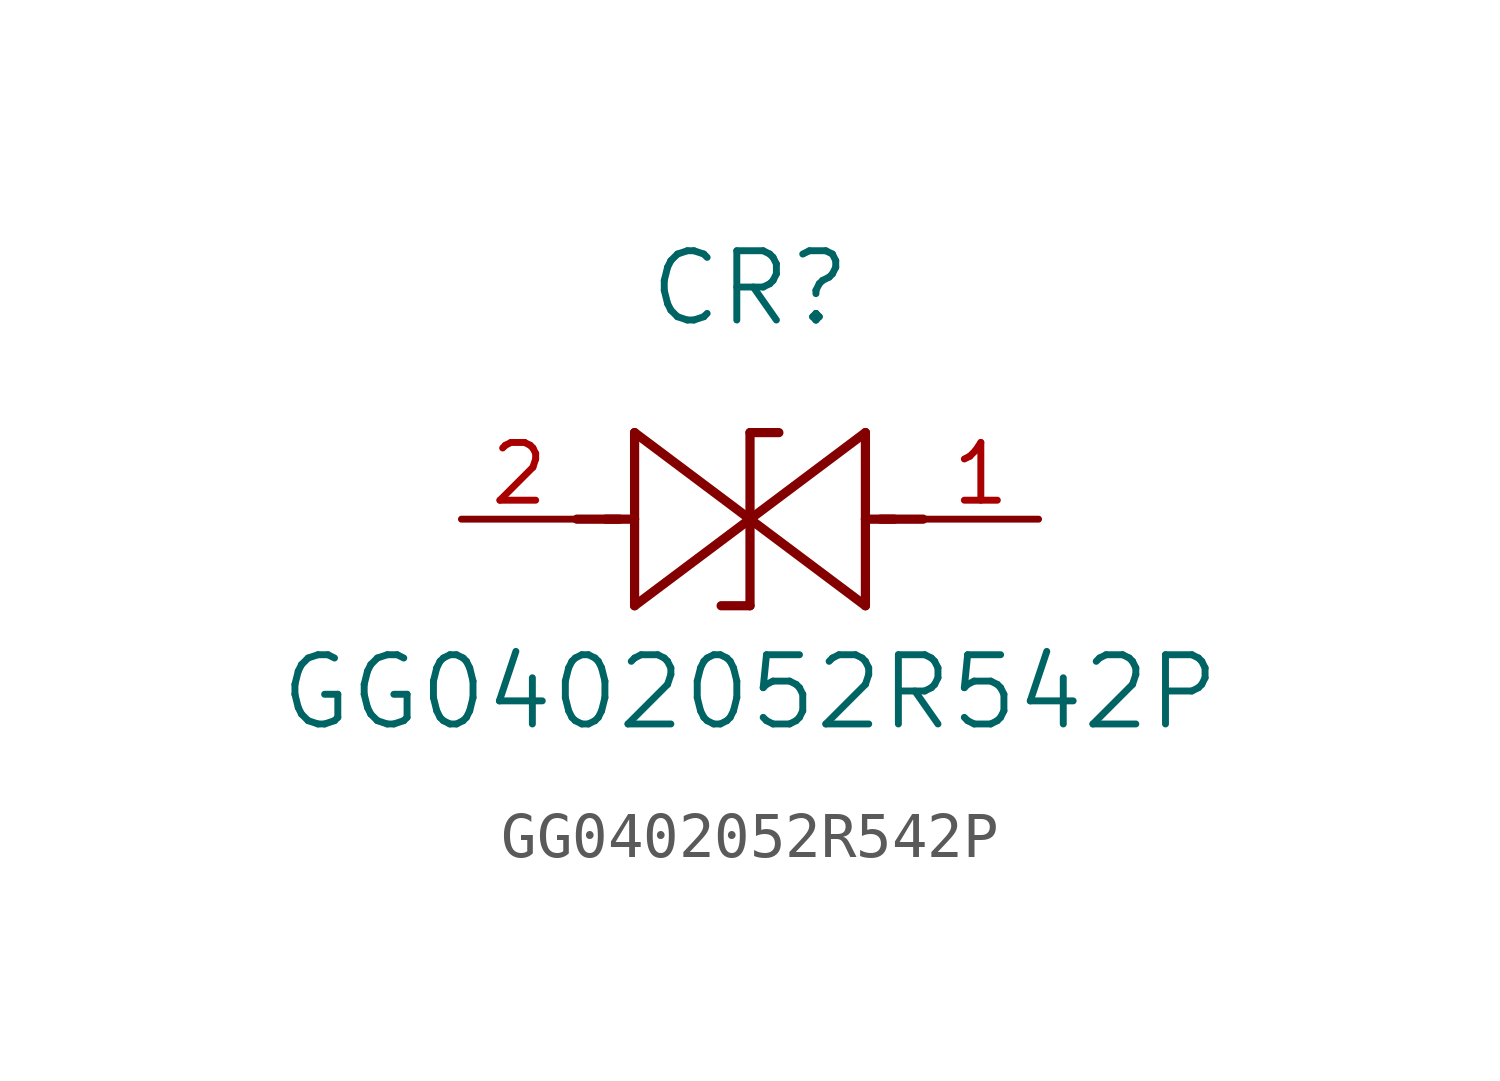
<source format=kicad_sym>
(kicad_symbol_lib
  (version 20211014)
  (generator kicad_symbol_editor)
  (symbol "GG0402052R542P"
    (pin_names
      (offset 0.254))
    (property "Reference" "CR"
      (at 6.35 5.08 0)
      (effects (font (size 1.524 1.524))))
    (property "Value" "GG0402052R542P"
      (at 6.35 -3.81 0)
      (effects (font (size 1.524 1.524))))
    (symbol "GG0402052R542P_0_1"
      (polyline (pts (xy 2.54 0) (xy 3.48 0)) (stroke (width 0.203) (type default) (color 0 0 0 0)) (fill (type none)))
      (polyline (pts (xy 3.81 1.905) (xy 3.81 -1.905)) (stroke (width 0.203) (type default) (color 0 0 0 0)) (fill (type none)))
      (polyline (pts (xy 3.175 0) (xy 3.81 0)) (stroke (width 0.203) (type default) (color 0 0 0 0)) (fill (type none)))
      (polyline (pts (xy 6.35 0) (xy 3.81 1.905)) (stroke (width 0.203) (type default) (color 0 0 0 0)) (fill (type none)))
      (polyline (pts (xy 3.81 -1.905) (xy 6.35 0)) (stroke (width 0.203) (type default) (color 0 0 0 0)) (fill (type none)))
      (polyline (pts (xy 6.35 1.905) (xy 6.985 1.905)) (stroke (width 0.203) (type default) (color 0 0 0 0)) (fill (type none)))
      (polyline (pts (xy 6.35 -1.905) (xy 5.715 -1.905)) (stroke (width 0.203) (type default) (color 0 0 0 0)) (fill (type none)))
      (polyline (pts (xy 10.16 0) (xy 9.22 0)) (stroke (width 0.203) (type default) (color 0 0 0 0)) (fill (type none)))
      (polyline (pts (xy 8.89 -1.905) (xy 8.89 1.905)) (stroke (width 0.203) (type default) (color 0 0 0 0)) (fill (type none)))
      (polyline (pts (xy 9.525 0) (xy 8.89 0)) (stroke (width 0.203) (type default) (color 0 0 0 0)) (fill (type none)))
      (polyline (pts (xy 6.35 1.905) (xy 6.35 -1.905)) (stroke (width 0.203) (type default) (color 0 0 0 0)) (fill (type none)))
      (polyline (pts (xy 6.35 0) (xy 8.89 -1.905)) (stroke (width 0.203) (type default) (color 0 0 0 0)) (fill (type none)))
      (polyline (pts (xy 8.89 1.905) (xy 6.35 0)) (stroke (width 0.203) (type default) (color 0 0 0 0)) (fill (type none)))
      (pin unspecified line (at 12.7 0 180) (length 2.54) (name "" (effects (font (size 1.27 1.27)))) (number "1" (effects (font (size 1.27 1.27)))))
      (pin unspecified line (at 0 0 0) (length 2.54) (name "" (effects (font (size 1.27 1.27)))) (number "2" (effects (font (size 1.27 1.27))))))))
</source>
